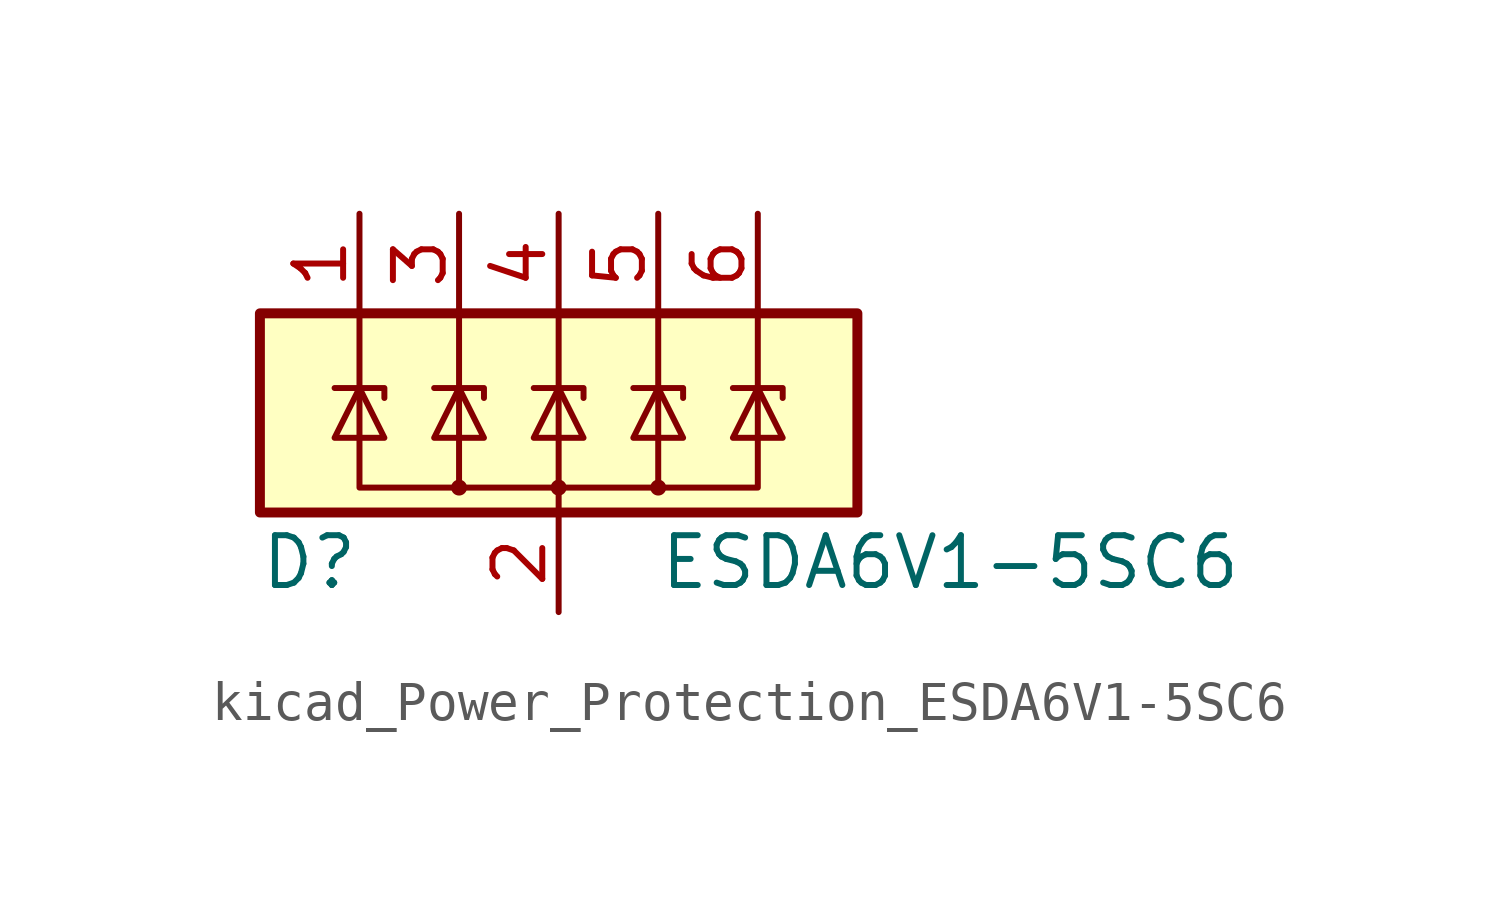
<source format=kicad_sym>
(kicad_symbol_lib
  (version 20220914)
  (generator kicad_symbol_editor)
  (symbol "kicad_Power_Protection_ESDA6V1-5SC6"
    (pin_names hide)
    (property "Reference" "D"
      (at -5.08 -3.81 0)
      (effects (font (size 1.27 1.27)) (justify right)))
    (property "Value" "ESDA6V1-5SC6"
      (at 2.54 -3.81 0)
      (effects (font (size 1.27 1.27)) (justify left)))
    (symbol "kicad_Power_Protection_ESDA6V1-5SC6_0_0"
      (pin passive line (at 0 -5.08 90) (length 2.54) (name "GND" (effects (font (size 1.27 1.27)))) (number "2" (effects (font (size 1.27 1.27))))))
    (symbol "kicad_Power_Protection_ESDA6V1-5SC6_0_1"
      (rectangle (start -7.62 2.54) (end 7.62 -2.54) (stroke (width 0.254) (type default)) (fill (type background)))
      (circle (center -2.54 -1.905) (radius 0.127) (stroke (width 0) (type default)) (fill (type none)))
      (circle (center 0 -1.905) (radius 0.127) (stroke (width 0) (type default)) (fill (type none)))
      (polyline (pts (xy -2.54 2.54) (xy -2.54 -1.905)) (stroke (width 0) (type default)) (fill (type none)))
      (polyline (pts (xy 0 2.54) (xy 0 -2.54)) (stroke (width 0) (type default)) (fill (type none)))
      (polyline (pts (xy 2.54 2.54) (xy 2.54 -1.905)) (stroke (width 0) (type default)) (fill (type none)))
      (polyline (pts (xy -5.715 0.635) (xy -4.445 0.635) (xy -4.445 0.381)) (stroke (width 0) (type default)) (fill (type none)))
      (polyline (pts (xy -3.175 0.635) (xy -1.905 0.635) (xy -1.905 0.381)) (stroke (width 0) (type default)) (fill (type none)))
      (polyline (pts (xy -0.635 0.635) (xy 0.635 0.635) (xy 0.635 0.381)) (stroke (width 0) (type default)) (fill (type none)))
      (polyline (pts (xy 1.905 0.635) (xy 3.175 0.635) (xy 3.175 0.381)) (stroke (width 0) (type default)) (fill (type none)))
      (polyline (pts (xy 4.445 0.635) (xy 5.715 0.635) (xy 5.715 0.381)) (stroke (width 0) (type default)) (fill (type none)))
      (polyline (pts (xy -5.715 -0.635) (xy -4.445 -0.635) (xy -5.08 0.635) (xy -5.715 -0.635)) (stroke (width 0) (type default)) (fill (type none)))
      (polyline (pts (xy -5.08 2.54) (xy -5.08 -1.905) (xy 5.08 -1.905) (xy 5.08 2.54)) (stroke (width 0) (type default)) (fill (type none)))
      (polyline (pts (xy -3.175 -0.635) (xy -1.905 -0.635) (xy -2.54 0.635) (xy -3.175 -0.635)) (stroke (width 0) (type default)) (fill (type none)))
      (polyline (pts (xy -0.635 -0.635) (xy 0.635 -0.635) (xy 0 0.635) (xy -0.635 -0.635)) (stroke (width 0) (type default)) (fill (type none)))
      (polyline (pts (xy 1.905 -0.635) (xy 3.175 -0.635) (xy 2.54 0.635) (xy 1.905 -0.635)) (stroke (width 0) (type default)) (fill (type none)))
      (polyline (pts (xy 4.445 -0.635) (xy 5.715 -0.635) (xy 5.08 0.635) (xy 4.445 -0.635)) (stroke (width 0) (type default)) (fill (type none)))
      (circle (center 2.54 -1.905) (radius 0.127) (stroke (width 0) (type default)) (fill (type none))))
    (symbol "kicad_Power_Protection_ESDA6V1-5SC6_1_1"
      (pin passive line (at -5.08 5.08 270) (length 2.54) (name "IO1" (effects (font (size 1.27 1.27)))) (number "1" (effects (font (size 1.27 1.27)))))
      (pin passive line (at -2.54 5.08 270) (length 2.54) (name "IO2" (effects (font (size 1.27 1.27)))) (number "3" (effects (font (size 1.27 1.27)))))
      (pin passive line (at 0 5.08 270) (length 2.54) (name "IO3" (effects (font (size 1.27 1.27)))) (number "4" (effects (font (size 1.27 1.27)))))
      (pin passive line (at 2.54 5.08 270) (length 2.54) (name "IO4" (effects (font (size 1.27 1.27)))) (number "5" (effects (font (size 1.27 1.27)))))
      (pin passive line (at 5.08 5.08 270) (length 2.54) (name "IO5" (effects (font (size 1.27 1.27)))) (number "6" (effects (font (size 1.27 1.27))))))))
</source>
